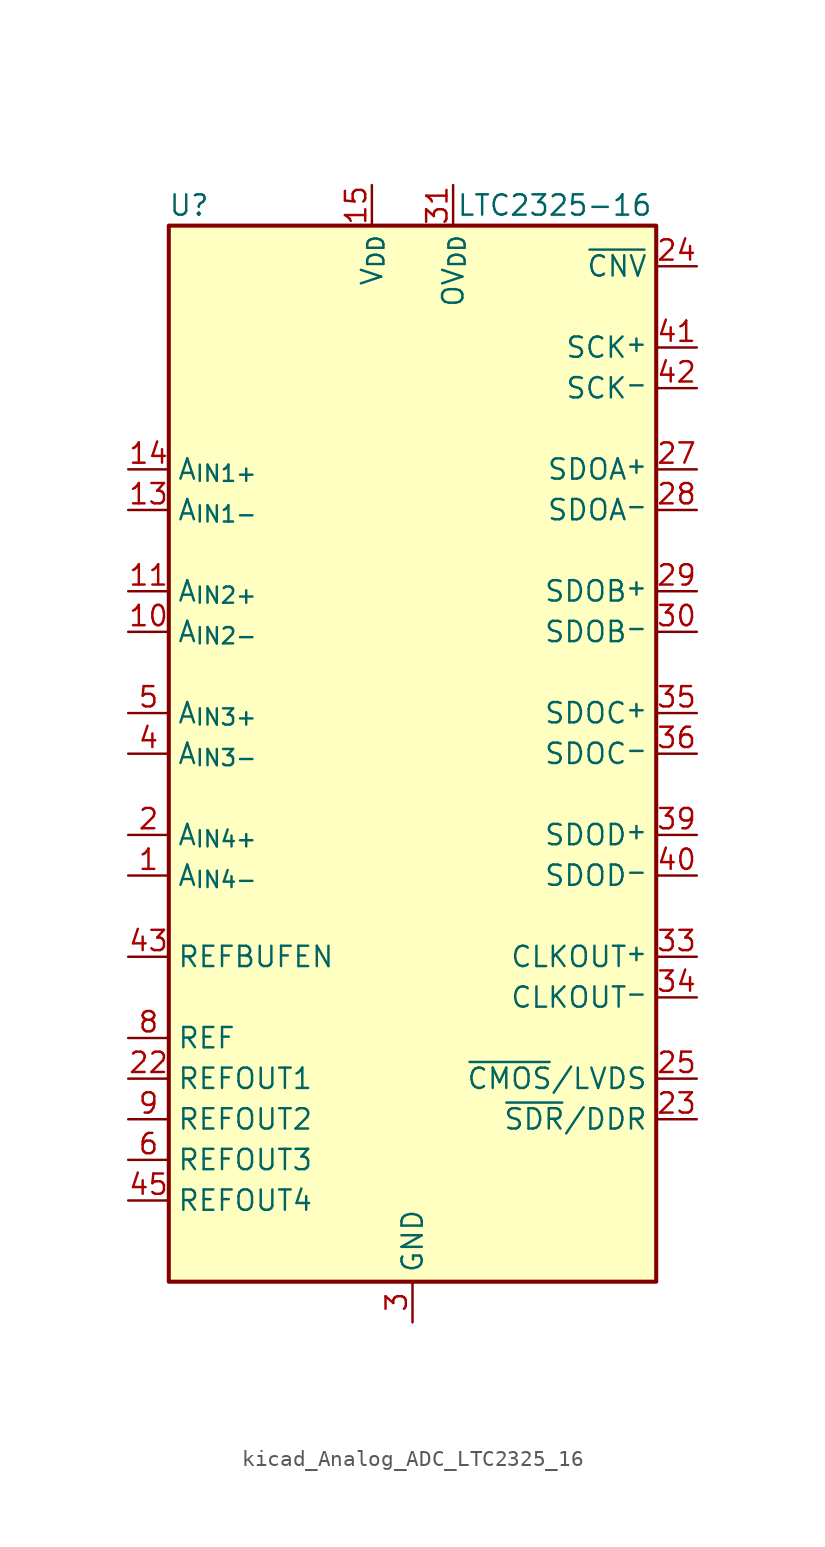
<source format=kicad_sym>
(kicad_symbol_lib
  (version 20220914)
  (generator kicad_symbol_editor)
  (symbol "kicad_Analog_ADC_LTC2325_16"
    (property "Reference" "U"
      (at -13.97 34.29 0)
      (effects (font (size 1.27 1.27))))
    (property "Value" "LTC2325-16"
      (at 8.89 34.29 0)
      (effects (font (size 1.27 1.27))))
    (symbol "kicad_Analog_ADC_LTC2325_16_0_1"
      (rectangle (start -15.24 33.02) (end 15.24 -33.02) (stroke (width 0.254) (type default)) (fill (type background))))
    (symbol "kicad_Analog_ADC_LTC2325_16_1_1"
      (pin input line (at -17.78 -7.62 0) (length 2.54) (name "A_{IN4-}" (effects (font (size 1.27 1.27)))) (number "1" (effects (font (size 1.27 1.27)))))
      (pin input line (at -17.78 7.62 0) (length 2.54) (name "A_{IN2-}" (effects (font (size 1.27 1.27)))) (number "10" (effects (font (size 1.27 1.27)))))
      (pin input line (at -17.78 10.16 0) (length 2.54) (name "A_{IN2+}" (effects (font (size 1.27 1.27)))) (number "11" (effects (font (size 1.27 1.27)))))
      (pin passive line (at 0 -35.56 90) (length 2.54) hide (name "GND" (effects (font (size 1.27 1.27)))) (number "12" (effects (font (size 1.27 1.27)))))
      (pin input line (at -17.78 15.24 0) (length 2.54) (name "A_{IN1-}" (effects (font (size 1.27 1.27)))) (number "13" (effects (font (size 1.27 1.27)))))
      (pin input line (at -17.78 17.78 0) (length 2.54) (name "A_{IN1+}" (effects (font (size 1.27 1.27)))) (number "14" (effects (font (size 1.27 1.27)))))
      (pin power_in line (at -2.54 35.56 270) (length 2.54) (name "V_{DD}" (effects (font (size 1.27 1.27)))) (number "15" (effects (font (size 1.27 1.27)))))
      (pin no_connect line (at -12.7 -33.02 90) (length 2.54) hide (name "NC" (effects (font (size 1.27 1.27)))) (number "16" (effects (font (size 1.27 1.27)))))
      (pin no_connect line (at -10.16 -33.02 90) (length 2.54) hide (name "NC" (effects (font (size 1.27 1.27)))) (number "17" (effects (font (size 1.27 1.27)))))
      (pin passive line (at 0 -35.56 90) (length 2.54) hide (name "GND" (effects (font (size 1.27 1.27)))) (number "18" (effects (font (size 1.27 1.27)))))
      (pin no_connect line (at -7.62 -33.02 90) (length 2.54) hide (name "NC" (effects (font (size 1.27 1.27)))) (number "19" (effects (font (size 1.27 1.27)))))
      (pin input line (at -17.78 -5.08 0) (length 2.54) (name "A_{IN4+}" (effects (font (size 1.27 1.27)))) (number "2" (effects (font (size 1.27 1.27)))))
      (pin no_connect line (at -5.08 -33.02 90) (length 2.54) hide (name "NC" (effects (font (size 1.27 1.27)))) (number "20" (effects (font (size 1.27 1.27)))))
      (pin passive line (at -2.54 35.56 270) (length 2.54) hide (name "V_{DD}" (effects (font (size 1.27 1.27)))) (number "21" (effects (font (size 1.27 1.27)))))
      (pin passive line (at -17.78 -20.32 0) (length 2.54) (name "REFOUT1" (effects (font (size 1.27 1.27)))) (number "22" (effects (font (size 1.27 1.27)))))
      (pin input line (at 17.78 -22.86 180) (length 2.54) (name "~{SDR}/DDR" (effects (font (size 1.27 1.27)))) (number "23" (effects (font (size 1.27 1.27)))))
      (pin input line (at 17.78 30.48 180) (length 2.54) (name "~{CNV}" (effects (font (size 1.27 1.27)))) (number "24" (effects (font (size 1.27 1.27)))))
      (pin input line (at 17.78 -20.32 180) (length 2.54) (name "~{CMOS}/LVDS" (effects (font (size 1.27 1.27)))) (number "25" (effects (font (size 1.27 1.27)))))
      (pin passive line (at 0 -35.56 90) (length 2.54) hide (name "GND" (effects (font (size 1.27 1.27)))) (number "26" (effects (font (size 1.27 1.27)))))
      (pin output line (at 17.78 17.78 180) (length 2.54) (name "SDOA^{+}" (effects (font (size 1.27 1.27)))) (number "27" (effects (font (size 1.27 1.27)))) (alternate "SDOA" tri_state line))
      (pin output line (at 17.78 15.24 180) (length 2.54) (name "SDOA^{-}" (effects (font (size 1.27 1.27)))) (number "28" (effects (font (size 1.27 1.27)))) (alternate "DNC" no_connect line))
      (pin output line (at 17.78 10.16 180) (length 2.54) (name "SDOB^{+}" (effects (font (size 1.27 1.27)))) (number "29" (effects (font (size 1.27 1.27)))) (alternate "SDOB" tri_state line))
      (pin power_in line (at 0 -35.56 90) (length 2.54) (name "GND" (effects (font (size 1.27 1.27)))) (number "3" (effects (font (size 1.27 1.27)))))
      (pin output line (at 17.78 7.62 180) (length 2.54) (name "SDOB^{-}" (effects (font (size 1.27 1.27)))) (number "30" (effects (font (size 1.27 1.27)))) (alternate "DNC" no_connect line))
      (pin power_in line (at 2.54 35.56 270) (length 2.54) (name "OV_{DD}" (effects (font (size 1.27 1.27)))) (number "31" (effects (font (size 1.27 1.27)))))
      (pin passive line (at 0 -35.56 90) (length 2.54) hide (name "GND" (effects (font (size 1.27 1.27)))) (number "32" (effects (font (size 1.27 1.27)))))
      (pin output line (at 17.78 -12.7 180) (length 2.54) (name "CLKOUT^{+}" (effects (font (size 1.27 1.27)))) (number "33" (effects (font (size 1.27 1.27)))) (alternate "CLKOUT" tri_state line))
      (pin output line (at 17.78 -15.24 180) (length 2.54) (name "CLKOUT^{-}" (effects (font (size 1.27 1.27)))) (number "34" (effects (font (size 1.27 1.27)))) (alternate "~{CLKOUTEN}" input line))
      (pin output line (at 17.78 2.54 180) (length 2.54) (name "SDOC^{+}" (effects (font (size 1.27 1.27)))) (number "35" (effects (font (size 1.27 1.27)))) (alternate "SDOC" tri_state line))
      (pin output line (at 17.78 0 180) (length 2.54) (name "SDOC^{-}" (effects (font (size 1.27 1.27)))) (number "36" (effects (font (size 1.27 1.27)))) (alternate "DNC" no_connect line))
      (pin passive line (at 2.54 35.56 270) (length 2.54) hide (name "OV_{DD}" (effects (font (size 1.27 1.27)))) (number "37" (effects (font (size 1.27 1.27)))))
      (pin passive line (at 0 -35.56 90) (length 2.54) hide (name "GND" (effects (font (size 1.27 1.27)))) (number "38" (effects (font (size 1.27 1.27)))))
      (pin output line (at 17.78 -5.08 180) (length 2.54) (name "SDOD^{+}" (effects (font (size 1.27 1.27)))) (number "39" (effects (font (size 1.27 1.27)))) (alternate "SDOD" tri_state line))
      (pin input line (at -17.78 0 0) (length 2.54) (name "A_{IN3-}" (effects (font (size 1.27 1.27)))) (number "4" (effects (font (size 1.27 1.27)))))
      (pin output line (at 17.78 -7.62 180) (length 2.54) (name "SDOD^{-}" (effects (font (size 1.27 1.27)))) (number "40" (effects (font (size 1.27 1.27)))) (alternate "DNC" no_connect line))
      (pin input line (at 17.78 25.4 180) (length 2.54) (name "SCK^{+}" (effects (font (size 1.27 1.27)))) (number "41" (effects (font (size 1.27 1.27)))) (alternate "SCK" input line))
      (pin input line (at 17.78 22.86 180) (length 2.54) (name "SCK^{-}" (effects (font (size 1.27 1.27)))) (number "42" (effects (font (size 1.27 1.27)))) (alternate "DNC" no_connect line))
      (pin input line (at -17.78 -12.7 0) (length 2.54) (name "REFBUFEN" (effects (font (size 1.27 1.27)))) (number "43" (effects (font (size 1.27 1.27)))))
      (pin passive line (at -2.54 35.56 270) (length 2.54) hide (name "V_{DD}" (effects (font (size 1.27 1.27)))) (number "44" (effects (font (size 1.27 1.27)))))
      (pin passive line (at -17.78 -27.94 0) (length 2.54) (name "REFOUT4" (effects (font (size 1.27 1.27)))) (number "45" (effects (font (size 1.27 1.27)))))
      (pin passive line (at 0 -35.56 90) (length 2.54) hide (name "GND" (effects (font (size 1.27 1.27)))) (number "46" (effects (font (size 1.27 1.27)))))
      (pin no_connect line (at 5.08 -33.02 90) (length 2.54) hide (name "NC" (effects (font (size 1.27 1.27)))) (number "47" (effects (font (size 1.27 1.27)))))
      (pin no_connect line (at 7.62 -33.02 90) (length 2.54) hide (name "NC" (effects (font (size 1.27 1.27)))) (number "48" (effects (font (size 1.27 1.27)))))
      (pin passive line (at 0 -35.56 90) (length 2.54) hide (name "GND" (effects (font (size 1.27 1.27)))) (number "49" (effects (font (size 1.27 1.27)))))
      (pin input line (at -17.78 2.54 0) (length 2.54) (name "A_{IN3+}" (effects (font (size 1.27 1.27)))) (number "5" (effects (font (size 1.27 1.27)))))
      (pin no_connect line (at 10.16 -33.02 90) (length 2.54) hide (name "NC" (effects (font (size 1.27 1.27)))) (number "50" (effects (font (size 1.27 1.27)))))
      (pin no_connect line (at 12.7 -33.02 90) (length 2.54) hide (name "NC" (effects (font (size 1.27 1.27)))) (number "51" (effects (font (size 1.27 1.27)))))
      (pin passive line (at -2.54 35.56 270) (length 2.54) hide (name "V_{DD}" (effects (font (size 1.27 1.27)))) (number "52" (effects (font (size 1.27 1.27)))))
      (pin passive line (at 0 -35.56 90) (length 2.54) hide (name "GND" (effects (font (size 1.27 1.27)))) (number "53" (effects (font (size 1.27 1.27)))))
      (pin passive line (at -17.78 -25.4 0) (length 2.54) (name "REFOUT3" (effects (font (size 1.27 1.27)))) (number "6" (effects (font (size 1.27 1.27)))))
      (pin passive line (at 0 -35.56 90) (length 2.54) hide (name "GND" (effects (font (size 1.27 1.27)))) (number "7" (effects (font (size 1.27 1.27)))))
      (pin passive line (at -17.78 -17.78 0) (length 2.54) (name "REF" (effects (font (size 1.27 1.27)))) (number "8" (effects (font (size 1.27 1.27)))))
      (pin passive line (at -17.78 -22.86 0) (length 2.54) (name "REFOUT2" (effects (font (size 1.27 1.27)))) (number "9" (effects (font (size 1.27 1.27))))))))
</source>
